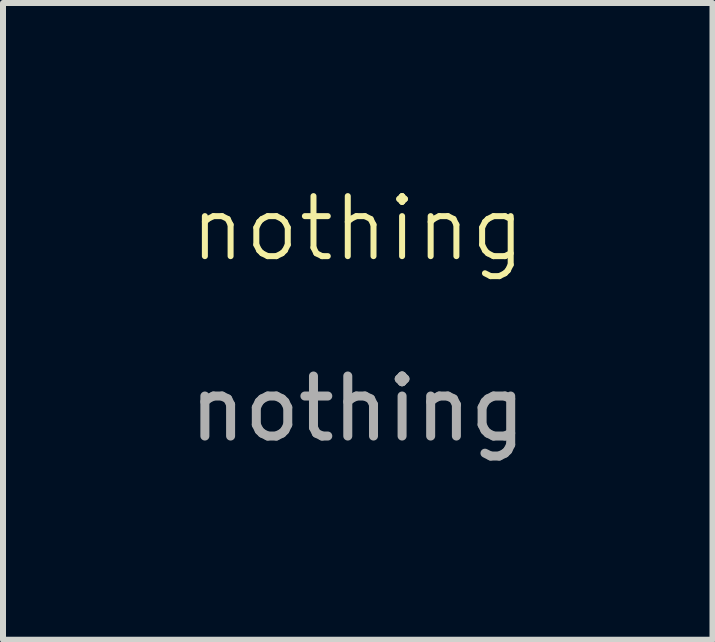
<source format=kicad_pcb>
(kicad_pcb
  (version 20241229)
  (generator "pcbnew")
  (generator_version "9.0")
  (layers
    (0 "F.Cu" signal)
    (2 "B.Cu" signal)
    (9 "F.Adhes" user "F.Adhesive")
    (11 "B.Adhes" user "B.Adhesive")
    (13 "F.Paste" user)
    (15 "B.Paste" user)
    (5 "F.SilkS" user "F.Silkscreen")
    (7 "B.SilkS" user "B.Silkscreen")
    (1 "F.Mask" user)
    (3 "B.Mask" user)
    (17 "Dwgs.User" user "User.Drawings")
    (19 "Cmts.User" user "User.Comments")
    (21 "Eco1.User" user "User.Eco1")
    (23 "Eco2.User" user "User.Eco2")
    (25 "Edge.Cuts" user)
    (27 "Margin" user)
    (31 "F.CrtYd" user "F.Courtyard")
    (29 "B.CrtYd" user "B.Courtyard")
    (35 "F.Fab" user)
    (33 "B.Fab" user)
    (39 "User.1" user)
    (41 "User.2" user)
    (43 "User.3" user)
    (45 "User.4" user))
  (footprint "nothing"
    (layer "F.Cu")
    (at 2.911 1.26)
    (property "Reference" "nothing" (at 0 -0.5 0) (unlocked yes) (layer "F.SilkS") (effects (font (size 1 1) (thickness 0.1))))
    (attr smd)
    (fp_text user "${REFERENCE}" (at 0 2.5 0) (unlocked yes) (layer "F.Fab") (effects (font (size 1 1) (thickness 0.15)))))
  (gr_rect
    (start -3 -3)
    (end 8.821 7.609)
    (stroke (width 0.1) (type default))
    (fill no)
    (layer "Edge.Cuts")))
</source>
